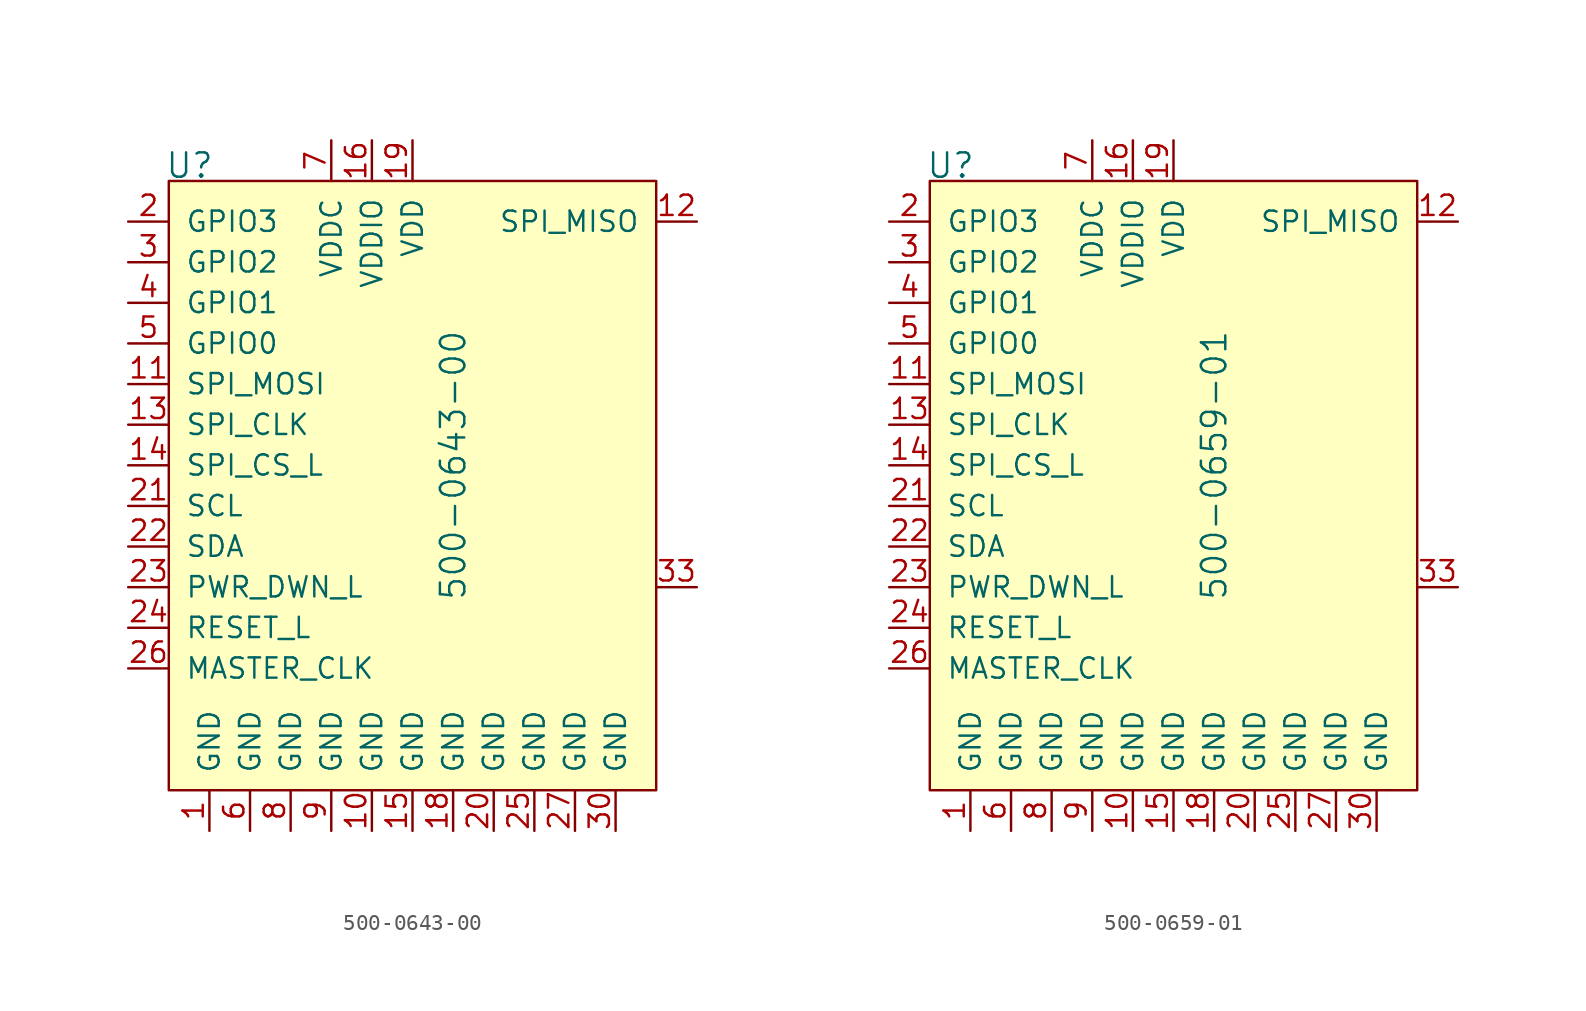
<source format=kicad_sym>
(kicad_symbol_lib
  (version 20211014)
  (generator kicad_symbol_editor)
  (symbol "500-0643-00"
    (pin_names
      (offset 1.016))
    (property "Reference" "U"
      (at -12.954 13.665 0)
      (effects (font (size 1.524 1.524)) (justify left)))
    (property "Value" "500-0643-00"
      (at 5.08 -5.08 90)
      (effects (font (size 1.524 1.524))))
    (symbol "500-0643-00_0_1"
      (rectangle (start -12.7 12.7) (end 17.78 -25.4) (stroke (width 0) (type default) (color 0 0 0 0)) (fill (type background))))
    (symbol "500-0643-00_1_1"
      (pin power_in line (at -10.16 -27.94 90) (length 2.54) (name "GND" (effects (font (size 1.27 1.27)))) (number "1" (effects (font (size 1.27 1.27)))))
      (pin power_in line (at 0 -27.94 90) (length 2.54) (name "GND" (effects (font (size 1.27 1.27)))) (number "10" (effects (font (size 1.27 1.27)))))
      (pin input line (at -15.24 0 0) (length 2.54) (name "SPI_MOSI" (effects (font (size 1.27 1.27)))) (number "11" (effects (font (size 1.27 1.27)))))
      (pin output line (at 20.32 10.16 180) (length 2.54) (name "SPI_MISO" (effects (font (size 1.27 1.27)))) (number "12" (effects (font (size 1.27 1.27)))))
      (pin input line (at -15.24 -2.54 0) (length 2.54) (name "SPI_CLK" (effects (font (size 1.27 1.27)))) (number "13" (effects (font (size 1.27 1.27)))))
      (pin input line (at -15.24 -5.08 0) (length 2.54) (name "SPI_CS_L" (effects (font (size 1.27 1.27)))) (number "14" (effects (font (size 1.27 1.27)))))
      (pin power_in line (at 2.54 -27.94 90) (length 2.54) (name "GND" (effects (font (size 1.27 1.27)))) (number "15" (effects (font (size 1.27 1.27)))))
      (pin power_in line (at 0 15.24 270) (length 2.54) (name "VDDIO" (effects (font (size 1.27 1.27)))) (number "16" (effects (font (size 1.27 1.27)))))
      (pin no_connect line (at 17.78 -7.62 180) (length 2.54) hide (name "NC" (effects (font (size 1.27 1.27)))) (number "17" (effects (font (size 1.27 1.27)))))
      (pin power_in line (at 5.08 -27.94 90) (length 2.54) (name "GND" (effects (font (size 1.27 1.27)))) (number "18" (effects (font (size 1.27 1.27)))))
      (pin power_in line (at 2.54 15.24 270) (length 2.54) (name "VDD" (effects (font (size 1.27 1.27)))) (number "19" (effects (font (size 1.27 1.27)))))
      (pin bidirectional line (at -15.24 10.16 0) (length 2.54) (name "GPIO3" (effects (font (size 1.27 1.27)))) (number "2" (effects (font (size 1.27 1.27)))))
      (pin power_in line (at 7.62 -27.94 90) (length 2.54) (name "GND" (effects (font (size 1.27 1.27)))) (number "20" (effects (font (size 1.27 1.27)))))
      (pin input line (at -15.24 -7.62 0) (length 2.54) (name "SCL" (effects (font (size 1.27 1.27)))) (number "21" (effects (font (size 1.27 1.27)))))
      (pin bidirectional line (at -15.24 -10.16 0) (length 2.54) (name "SDA" (effects (font (size 1.27 1.27)))) (number "22" (effects (font (size 1.27 1.27)))))
      (pin input line (at -15.24 -12.7 0) (length 2.54) (name "PWR_DWN_L" (effects (font (size 1.27 1.27)))) (number "23" (effects (font (size 1.27 1.27)))))
      (pin input line (at -15.24 -15.24 0) (length 2.54) (name "RESET_L" (effects (font (size 1.27 1.27)))) (number "24" (effects (font (size 1.27 1.27)))))
      (pin power_in line (at 10.16 -27.94 90) (length 2.54) (name "GND" (effects (font (size 1.27 1.27)))) (number "25" (effects (font (size 1.27 1.27)))))
      (pin input line (at -15.24 -17.78 0) (length 2.54) (name "MASTER_CLK" (effects (font (size 1.27 1.27)))) (number "26" (effects (font (size 1.27 1.27)))))
      (pin power_in line (at 12.7 -27.94 90) (length 2.54) (name "GND" (effects (font (size 1.27 1.27)))) (number "27" (effects (font (size 1.27 1.27)))))
      (pin no_connect line (at 17.78 5.08 180) (length 2.54) hide (name "RES" (effects (font (size 1.27 1.27)))) (number "28" (effects (font (size 1.27 1.27)))))
      (pin no_connect line (at 17.78 2.54 180) (length 2.54) hide (name "RES" (effects (font (size 1.27 1.27)))) (number "29" (effects (font (size 1.27 1.27)))))
      (pin bidirectional line (at -15.24 7.62 0) (length 2.54) (name "GPIO2" (effects (font (size 1.27 1.27)))) (number "3" (effects (font (size 1.27 1.27)))))
      (pin power_in line (at 15.24 -27.94 90) (length 2.54) (name "GND" (effects (font (size 1.27 1.27)))) (number "30" (effects (font (size 1.27 1.27)))))
      (pin no_connect line (at 17.78 0 180) (length 2.54) hide (name "RES" (effects (font (size 1.27 1.27)))) (number "31" (effects (font (size 1.27 1.27)))))
      (pin no_connect line (at 17.78 -2.54 180) (length 2.54) hide (name "RES" (effects (font (size 1.27 1.27)))) (number "32" (effects (font (size 1.27 1.27)))))
      (pin unspecified line (at 20.32 -12.7 180) (length 2.54) (name "~" (effects (font (size 1.27 1.27)))) (number "33" (effects (font (size 1.27 1.27)))))
      (pin bidirectional line (at -15.24 5.08 0) (length 2.54) (name "GPIO1" (effects (font (size 1.27 1.27)))) (number "4" (effects (font (size 1.27 1.27)))))
      (pin bidirectional line (at -15.24 2.54 0) (length 2.54) (name "GPIO0" (effects (font (size 1.27 1.27)))) (number "5" (effects (font (size 1.27 1.27)))))
      (pin power_in line (at -7.62 -27.94 90) (length 2.54) (name "GND" (effects (font (size 1.27 1.27)))) (number "6" (effects (font (size 1.27 1.27)))))
      (pin power_in line (at -2.54 15.24 270) (length 2.54) (name "VDDC" (effects (font (size 1.27 1.27)))) (number "7" (effects (font (size 1.27 1.27)))))
      (pin power_in line (at -5.08 -27.94 90) (length 2.54) (name "GND" (effects (font (size 1.27 1.27)))) (number "8" (effects (font (size 1.27 1.27)))))
      (pin power_in line (at -2.54 -27.94 90) (length 2.54) (name "GND" (effects (font (size 1.27 1.27)))) (number "9" (effects (font (size 1.27 1.27)))))))
  (symbol "500-0659-01"
    (pin_names
      (offset 1.016))
    (property "Reference" "U"
      (at -12.954 13.665 0)
      (effects (font (size 1.524 1.524)) (justify left)))
    (property "Value" "500-0659-01"
      (at 5.08 -5.08 90)
      (effects (font (size 1.524 1.524))))
    (symbol "500-0659-01_0_1"
      (rectangle (start -12.7 12.7) (end 17.78 -25.4) (stroke (width 0) (type default) (color 0 0 0 0)) (fill (type background))))
    (symbol "500-0659-01_1_1"
      (pin power_in line (at -10.16 -27.94 90) (length 2.54) (name "GND" (effects (font (size 1.27 1.27)))) (number "1" (effects (font (size 1.27 1.27)))))
      (pin power_in line (at 0 -27.94 90) (length 2.54) (name "GND" (effects (font (size 1.27 1.27)))) (number "10" (effects (font (size 1.27 1.27)))))
      (pin input line (at -15.24 0 0) (length 2.54) (name "SPI_MOSI" (effects (font (size 1.27 1.27)))) (number "11" (effects (font (size 1.27 1.27)))))
      (pin output line (at 20.32 10.16 180) (length 2.54) (name "SPI_MISO" (effects (font (size 1.27 1.27)))) (number "12" (effects (font (size 1.27 1.27)))))
      (pin input line (at -15.24 -2.54 0) (length 2.54) (name "SPI_CLK" (effects (font (size 1.27 1.27)))) (number "13" (effects (font (size 1.27 1.27)))))
      (pin input line (at -15.24 -5.08 0) (length 2.54) (name "SPI_CS_L" (effects (font (size 1.27 1.27)))) (number "14" (effects (font (size 1.27 1.27)))))
      (pin power_in line (at 2.54 -27.94 90) (length 2.54) (name "GND" (effects (font (size 1.27 1.27)))) (number "15" (effects (font (size 1.27 1.27)))))
      (pin power_in line (at 0 15.24 270) (length 2.54) (name "VDDIO" (effects (font (size 1.27 1.27)))) (number "16" (effects (font (size 1.27 1.27)))))
      (pin no_connect line (at 17.78 -7.62 180) (length 2.54) hide (name "NC" (effects (font (size 1.27 1.27)))) (number "17" (effects (font (size 1.27 1.27)))))
      (pin power_in line (at 5.08 -27.94 90) (length 2.54) (name "GND" (effects (font (size 1.27 1.27)))) (number "18" (effects (font (size 1.27 1.27)))))
      (pin power_in line (at 2.54 15.24 270) (length 2.54) (name "VDD" (effects (font (size 1.27 1.27)))) (number "19" (effects (font (size 1.27 1.27)))))
      (pin bidirectional line (at -15.24 10.16 0) (length 2.54) (name "GPIO3" (effects (font (size 1.27 1.27)))) (number "2" (effects (font (size 1.27 1.27)))))
      (pin power_in line (at 7.62 -27.94 90) (length 2.54) (name "GND" (effects (font (size 1.27 1.27)))) (number "20" (effects (font (size 1.27 1.27)))))
      (pin input line (at -15.24 -7.62 0) (length 2.54) (name "SCL" (effects (font (size 1.27 1.27)))) (number "21" (effects (font (size 1.27 1.27)))))
      (pin bidirectional line (at -15.24 -10.16 0) (length 2.54) (name "SDA" (effects (font (size 1.27 1.27)))) (number "22" (effects (font (size 1.27 1.27)))))
      (pin input line (at -15.24 -12.7 0) (length 2.54) (name "PWR_DWN_L" (effects (font (size 1.27 1.27)))) (number "23" (effects (font (size 1.27 1.27)))))
      (pin input line (at -15.24 -15.24 0) (length 2.54) (name "RESET_L" (effects (font (size 1.27 1.27)))) (number "24" (effects (font (size 1.27 1.27)))))
      (pin power_in line (at 10.16 -27.94 90) (length 2.54) (name "GND" (effects (font (size 1.27 1.27)))) (number "25" (effects (font (size 1.27 1.27)))))
      (pin input line (at -15.24 -17.78 0) (length 2.54) (name "MASTER_CLK" (effects (font (size 1.27 1.27)))) (number "26" (effects (font (size 1.27 1.27)))))
      (pin power_in line (at 12.7 -27.94 90) (length 2.54) (name "GND" (effects (font (size 1.27 1.27)))) (number "27" (effects (font (size 1.27 1.27)))))
      (pin no_connect line (at 17.78 5.08 180) (length 2.54) hide (name "RES" (effects (font (size 1.27 1.27)))) (number "28" (effects (font (size 1.27 1.27)))))
      (pin no_connect line (at 17.78 2.54 180) (length 2.54) hide (name "RES" (effects (font (size 1.27 1.27)))) (number "29" (effects (font (size 1.27 1.27)))))
      (pin bidirectional line (at -15.24 7.62 0) (length 2.54) (name "GPIO2" (effects (font (size 1.27 1.27)))) (number "3" (effects (font (size 1.27 1.27)))))
      (pin power_in line (at 15.24 -27.94 90) (length 2.54) (name "GND" (effects (font (size 1.27 1.27)))) (number "30" (effects (font (size 1.27 1.27)))))
      (pin no_connect line (at 17.78 0 180) (length 2.54) hide (name "RES" (effects (font (size 1.27 1.27)))) (number "31" (effects (font (size 1.27 1.27)))))
      (pin no_connect line (at 17.78 -2.54 180) (length 2.54) hide (name "RES" (effects (font (size 1.27 1.27)))) (number "32" (effects (font (size 1.27 1.27)))))
      (pin unspecified line (at 20.32 -12.7 180) (length 2.54) (name "~" (effects (font (size 1.27 1.27)))) (number "33" (effects (font (size 1.27 1.27)))))
      (pin bidirectional line (at -15.24 5.08 0) (length 2.54) (name "GPIO1" (effects (font (size 1.27 1.27)))) (number "4" (effects (font (size 1.27 1.27)))))
      (pin bidirectional line (at -15.24 2.54 0) (length 2.54) (name "GPIO0" (effects (font (size 1.27 1.27)))) (number "5" (effects (font (size 1.27 1.27)))))
      (pin power_in line (at -7.62 -27.94 90) (length 2.54) (name "GND" (effects (font (size 1.27 1.27)))) (number "6" (effects (font (size 1.27 1.27)))))
      (pin power_in line (at -2.54 15.24 270) (length 2.54) (name "VDDC" (effects (font (size 1.27 1.27)))) (number "7" (effects (font (size 1.27 1.27)))))
      (pin power_in line (at -5.08 -27.94 90) (length 2.54) (name "GND" (effects (font (size 1.27 1.27)))) (number "8" (effects (font (size 1.27 1.27)))))
      (pin power_in line (at -2.54 -27.94 90) (length 2.54) (name "GND" (effects (font (size 1.27 1.27)))) (number "9" (effects (font (size 1.27 1.27))))))))
</source>
